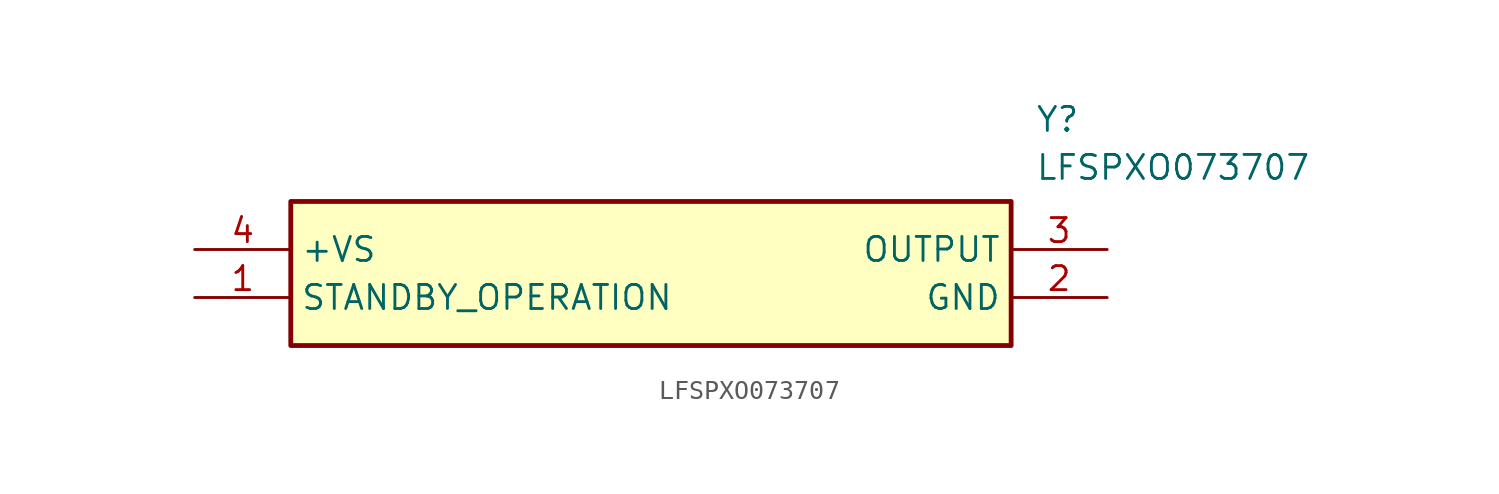
<source format=kicad_sym>
(kicad_symbol_lib
  (version 20211014)
  (generator SamacSys_ECAD_Model)
  (symbol "LFSPXO073707"
    (property "Reference" "Y"
      (at 44.45 7.62 0)
      (effects (font (size 1.27 1.27)) (justify left top)))
    (property "Value" "LFSPXO073707"
      (at 44.45 5.08 0)
      (effects (font (size 1.27 1.27)) (justify left top)))
    (rectangle
      (start 5.08 2.54)
      (end 43.18 -5.08)
      (stroke (width 0.254) (type default))
      (fill (type background)))
    (pin passive line
      (at 0 -2.54 0)
      (length 5.08)
      (name "STANDBY_OPERATION" (effects (font (size 1.27 1.27))))
      (number "1" (effects (font (size 1.27 1.27)))))
    (pin passive line
      (at 48.26 -2.54 180)
      (length 5.08)
      (name "GND" (effects (font (size 1.27 1.27))))
      (number "2" (effects (font (size 1.27 1.27)))))
    (pin passive line
      (at 48.26 0 180)
      (length 5.08)
      (name "OUTPUT" (effects (font (size 1.27 1.27))))
      (number "3" (effects (font (size 1.27 1.27)))))
    (pin passive line
      (at 0 0 0)
      (length 5.08)
      (name "+VS" (effects (font (size 1.27 1.27))))
      (number "4" (effects (font (size 1.27 1.27)))))))
</source>
